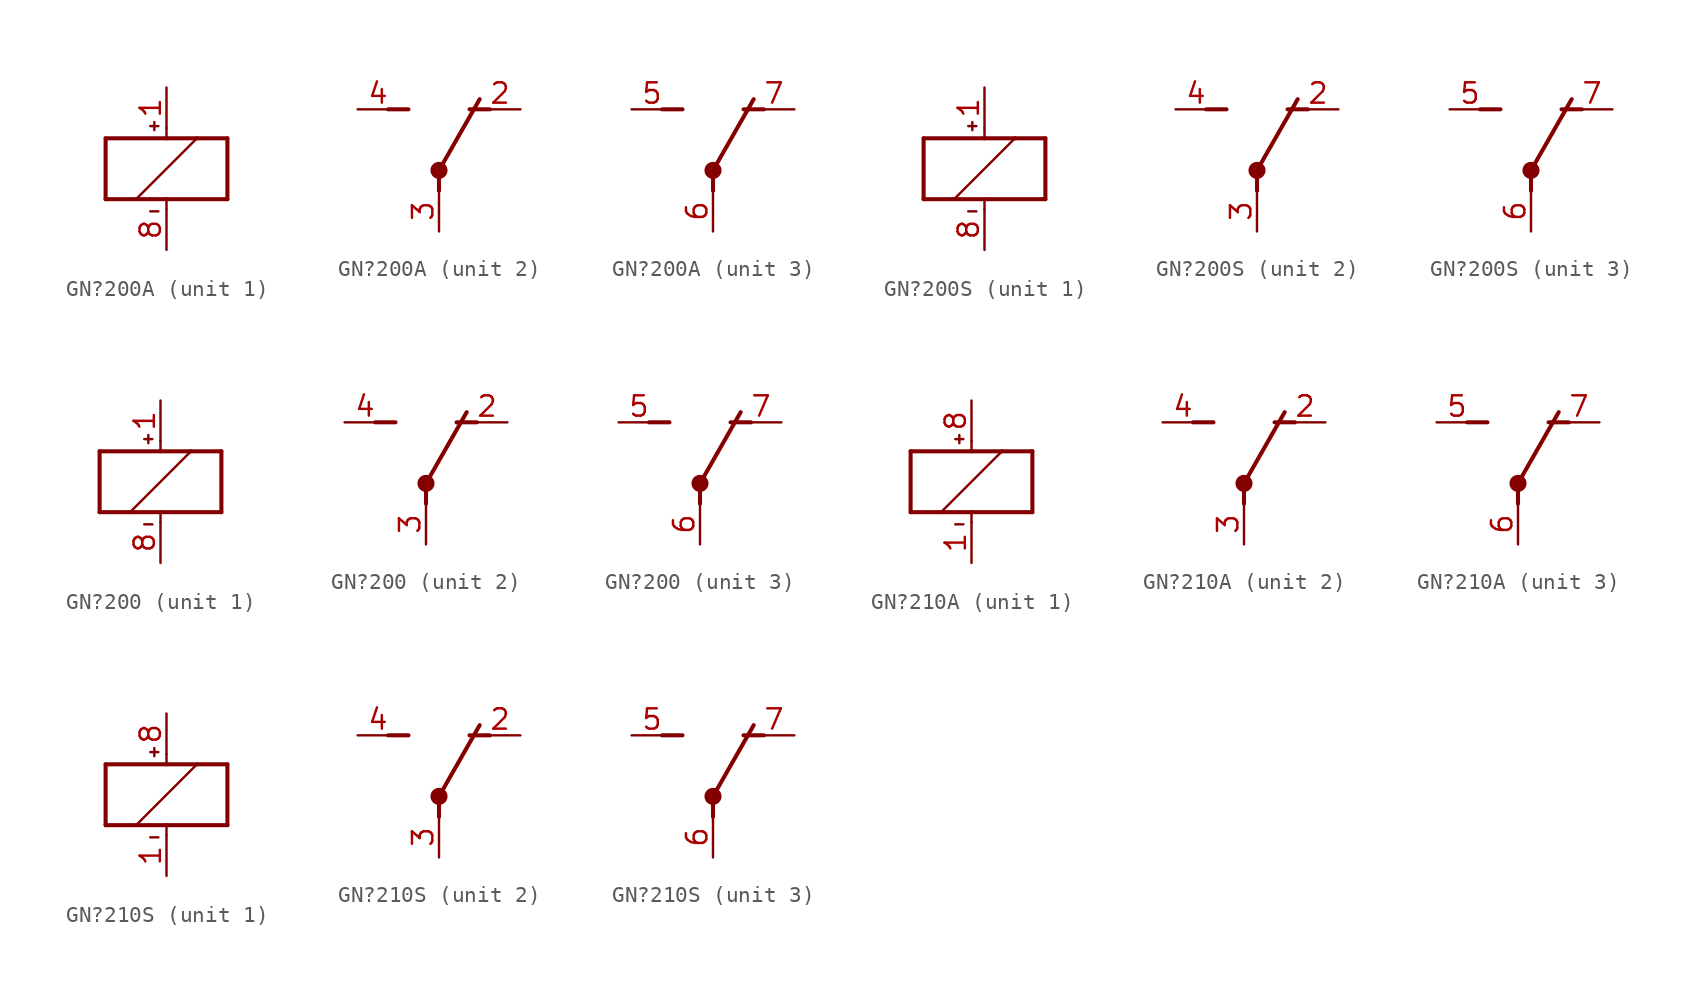
<source format=kicad_sym>
(kicad_symbol_lib
  (version 20231120)
  (generator "kicad_symbol_editor")
  (generator_version "8.0")
  (symbol "GN?200A"
    (property "Reference" "K"
      (at 2.54 0 0)
      (effects (font (size 1.778 1.511)) (justify left bottom) (hide yes)))
    (property "ki_locked" ""
      (at 0 0 0)
      (effects (font (size 1.27 1.27))))
    (symbol "GN?200A_1_0"
      (polyline (pts (xy -3.81 -1.905) (xy -1.905 -1.905)) (stroke (width 0.254) (type solid)) (fill (type none)))
      (polyline (pts (xy -3.81 1.905) (xy -3.81 -1.905)) (stroke (width 0.254) (type solid)) (fill (type none)))
      (polyline (pts (xy -1.905 -1.905) (xy 0 -1.905)) (stroke (width 0.254) (type solid)) (fill (type none)))
      (polyline (pts (xy -1.905 -1.905) (xy 1.905 1.905)) (stroke (width 0.152) (type solid)) (fill (type none)))
      (polyline (pts (xy -1.016 -2.667) (xy -0.508 -2.667)) (stroke (width 0.152) (type solid)) (fill (type none)))
      (polyline (pts (xy -1.016 2.667) (xy -0.508 2.667)) (stroke (width 0.152) (type solid)) (fill (type none)))
      (polyline (pts (xy -0.762 2.921) (xy -0.762 2.413)) (stroke (width 0.152) (type solid)) (fill (type none)))
      (polyline (pts (xy 0 -2.54) (xy 0 -1.905)) (stroke (width 0.152) (type solid)) (fill (type none)))
      (polyline (pts (xy 0 -1.905) (xy 3.81 -1.905)) (stroke (width 0.254) (type solid)) (fill (type none)))
      (polyline (pts (xy 0 1.905) (xy -3.81 1.905)) (stroke (width 0.254) (type solid)) (fill (type none)))
      (polyline (pts (xy 0 2.54) (xy 0 1.905)) (stroke (width 0.152) (type solid)) (fill (type none)))
      (polyline (pts (xy 1.905 1.905) (xy 0 1.905)) (stroke (width 0.254) (type solid)) (fill (type none)))
      (polyline (pts (xy 3.81 -1.905) (xy 3.81 1.905)) (stroke (width 0.254) (type solid)) (fill (type none)))
      (polyline (pts (xy 3.81 1.905) (xy 1.905 1.905)) (stroke (width 0.254) (type solid)) (fill (type none)))
      (pin passive line (at 0 5.08 270) (length 2.54) (name "+" (effects (font (size 0 0)))) (number "1" (effects (font (size 1.27 1.27)))))
      (pin passive line (at 0 -5.08 90) (length 2.54) (name "-" (effects (font (size 0 0)))) (number "8" (effects (font (size 1.27 1.27))))))
    (symbol "GN?200A_2_0"
      (polyline (pts (xy -3.175 5.08) (xy -1.905 5.08)) (stroke (width 0.254) (type solid)) (fill (type none)))
      (polyline (pts (xy 0 1.27) (xy 0 0)) (stroke (width 0.254) (type solid)) (fill (type none)))
      (polyline (pts (xy 0 1.27) (xy 2.54 5.715)) (stroke (width 0.254) (type solid)) (fill (type none)))
      (polyline (pts (xy 3.175 5.08) (xy 1.905 5.08)) (stroke (width 0.254) (type solid)) (fill (type none)))
      (circle (center 0 1.27) (radius 0.127) (stroke (width 0.406) (type solid)) (fill (type none)))
      (pin passive line (at 5.08 5.08 180) (length 2.54) (name "O" (effects (font (size 0 0)))) (number "2" (effects (font (size 1.27 1.27)))))
      (pin passive line (at 0 -2.54 90) (length 2.54) (name "P" (effects (font (size 0 0)))) (number "3" (effects (font (size 1.27 1.27)))))
      (pin passive line (at -5.08 5.08 0) (length 2.54) (name "S" (effects (font (size 0 0)))) (number "4" (effects (font (size 1.27 1.27))))))
    (symbol "GN?200A_3_0"
      (polyline (pts (xy -3.175 5.08) (xy -1.905 5.08)) (stroke (width 0.254) (type solid)) (fill (type none)))
      (polyline (pts (xy 0 1.27) (xy 0 0)) (stroke (width 0.254) (type solid)) (fill (type none)))
      (polyline (pts (xy 0 1.27) (xy 2.54 5.715)) (stroke (width 0.254) (type solid)) (fill (type none)))
      (polyline (pts (xy 3.175 5.08) (xy 1.905 5.08)) (stroke (width 0.254) (type solid)) (fill (type none)))
      (circle (center 0 1.27) (radius 0.127) (stroke (width 0.406) (type solid)) (fill (type none)))
      (pin passive line (at -5.08 5.08 0) (length 2.54) (name "S" (effects (font (size 0 0)))) (number "5" (effects (font (size 1.27 1.27)))))
      (pin passive line (at 0 -2.54 90) (length 2.54) (name "P" (effects (font (size 0 0)))) (number "6" (effects (font (size 1.27 1.27)))))
      (pin passive line (at 5.08 5.08 180) (length 2.54) (name "O" (effects (font (size 0 0)))) (number "7" (effects (font (size 1.27 1.27)))))))
  (symbol "GN?200S"
    (property "Reference" "K"
      (at 2.54 0 0)
      (effects (font (size 1.778 1.511)) (justify left bottom) (hide yes)))
    (property "ki_locked" ""
      (at 0 0 0)
      (effects (font (size 1.27 1.27))))
    (symbol "GN?200S_1_0"
      (polyline (pts (xy -3.81 -1.905) (xy -1.905 -1.905)) (stroke (width 0.254) (type solid)) (fill (type none)))
      (polyline (pts (xy -3.81 1.905) (xy -3.81 -1.905)) (stroke (width 0.254) (type solid)) (fill (type none)))
      (polyline (pts (xy -1.905 -1.905) (xy 0 -1.905)) (stroke (width 0.254) (type solid)) (fill (type none)))
      (polyline (pts (xy -1.905 -1.905) (xy 1.905 1.905)) (stroke (width 0.152) (type solid)) (fill (type none)))
      (polyline (pts (xy -1.016 -2.667) (xy -0.508 -2.667)) (stroke (width 0.152) (type solid)) (fill (type none)))
      (polyline (pts (xy -1.016 2.667) (xy -0.508 2.667)) (stroke (width 0.152) (type solid)) (fill (type none)))
      (polyline (pts (xy -0.762 2.921) (xy -0.762 2.413)) (stroke (width 0.152) (type solid)) (fill (type none)))
      (polyline (pts (xy 0 -2.54) (xy 0 -1.905)) (stroke (width 0.152) (type solid)) (fill (type none)))
      (polyline (pts (xy 0 -1.905) (xy 3.81 -1.905)) (stroke (width 0.254) (type solid)) (fill (type none)))
      (polyline (pts (xy 0 1.905) (xy -3.81 1.905)) (stroke (width 0.254) (type solid)) (fill (type none)))
      (polyline (pts (xy 0 2.54) (xy 0 1.905)) (stroke (width 0.152) (type solid)) (fill (type none)))
      (polyline (pts (xy 1.905 1.905) (xy 0 1.905)) (stroke (width 0.254) (type solid)) (fill (type none)))
      (polyline (pts (xy 3.81 -1.905) (xy 3.81 1.905)) (stroke (width 0.254) (type solid)) (fill (type none)))
      (polyline (pts (xy 3.81 1.905) (xy 1.905 1.905)) (stroke (width 0.254) (type solid)) (fill (type none)))
      (pin passive line (at 0 5.08 270) (length 2.54) (name "+" (effects (font (size 0 0)))) (number "1" (effects (font (size 1.27 1.27)))))
      (pin passive line (at 0 -5.08 90) (length 2.54) (name "-" (effects (font (size 0 0)))) (number "8" (effects (font (size 1.27 1.27))))))
    (symbol "GN?200S_2_0"
      (polyline (pts (xy -3.175 5.08) (xy -1.905 5.08)) (stroke (width 0.254) (type solid)) (fill (type none)))
      (polyline (pts (xy 0 1.27) (xy 0 0)) (stroke (width 0.254) (type solid)) (fill (type none)))
      (polyline (pts (xy 0 1.27) (xy 2.54 5.715)) (stroke (width 0.254) (type solid)) (fill (type none)))
      (polyline (pts (xy 3.175 5.08) (xy 1.905 5.08)) (stroke (width 0.254) (type solid)) (fill (type none)))
      (circle (center 0 1.27) (radius 0.127) (stroke (width 0.406) (type solid)) (fill (type none)))
      (pin passive line (at 5.08 5.08 180) (length 2.54) (name "O" (effects (font (size 0 0)))) (number "2" (effects (font (size 1.27 1.27)))))
      (pin passive line (at 0 -2.54 90) (length 2.54) (name "P" (effects (font (size 0 0)))) (number "3" (effects (font (size 1.27 1.27)))))
      (pin passive line (at -5.08 5.08 0) (length 2.54) (name "S" (effects (font (size 0 0)))) (number "4" (effects (font (size 1.27 1.27))))))
    (symbol "GN?200S_3_0"
      (polyline (pts (xy -3.175 5.08) (xy -1.905 5.08)) (stroke (width 0.254) (type solid)) (fill (type none)))
      (polyline (pts (xy 0 1.27) (xy 0 0)) (stroke (width 0.254) (type solid)) (fill (type none)))
      (polyline (pts (xy 0 1.27) (xy 2.54 5.715)) (stroke (width 0.254) (type solid)) (fill (type none)))
      (polyline (pts (xy 3.175 5.08) (xy 1.905 5.08)) (stroke (width 0.254) (type solid)) (fill (type none)))
      (circle (center 0 1.27) (radius 0.127) (stroke (width 0.406) (type solid)) (fill (type none)))
      (pin passive line (at -5.08 5.08 0) (length 2.54) (name "S" (effects (font (size 0 0)))) (number "5" (effects (font (size 1.27 1.27)))))
      (pin passive line (at 0 -2.54 90) (length 2.54) (name "P" (effects (font (size 0 0)))) (number "6" (effects (font (size 1.27 1.27)))))
      (pin passive line (at 5.08 5.08 180) (length 2.54) (name "O" (effects (font (size 0 0)))) (number "7" (effects (font (size 1.27 1.27)))))))
  (symbol "GN?200"
    (property "Reference" "K"
      (at 2.54 0 0)
      (effects (font (size 1.778 1.511)) (justify left bottom) (hide yes)))
    (property "ki_locked" ""
      (at 0 0 0)
      (effects (font (size 1.27 1.27))))
    (symbol "GN?200_1_0"
      (polyline (pts (xy -3.81 -1.905) (xy -1.905 -1.905)) (stroke (width 0.254) (type solid)) (fill (type none)))
      (polyline (pts (xy -3.81 1.905) (xy -3.81 -1.905)) (stroke (width 0.254) (type solid)) (fill (type none)))
      (polyline (pts (xy -1.905 -1.905) (xy 0 -1.905)) (stroke (width 0.254) (type solid)) (fill (type none)))
      (polyline (pts (xy -1.905 -1.905) (xy 1.905 1.905)) (stroke (width 0.152) (type solid)) (fill (type none)))
      (polyline (pts (xy -1.016 -2.667) (xy -0.508 -2.667)) (stroke (width 0.152) (type solid)) (fill (type none)))
      (polyline (pts (xy -1.016 2.667) (xy -0.508 2.667)) (stroke (width 0.152) (type solid)) (fill (type none)))
      (polyline (pts (xy -0.762 2.921) (xy -0.762 2.413)) (stroke (width 0.152) (type solid)) (fill (type none)))
      (polyline (pts (xy 0 -2.54) (xy 0 -1.905)) (stroke (width 0.152) (type solid)) (fill (type none)))
      (polyline (pts (xy 0 -1.905) (xy 3.81 -1.905)) (stroke (width 0.254) (type solid)) (fill (type none)))
      (polyline (pts (xy 0 1.905) (xy -3.81 1.905)) (stroke (width 0.254) (type solid)) (fill (type none)))
      (polyline (pts (xy 0 2.54) (xy 0 1.905)) (stroke (width 0.152) (type solid)) (fill (type none)))
      (polyline (pts (xy 1.905 1.905) (xy 0 1.905)) (stroke (width 0.254) (type solid)) (fill (type none)))
      (polyline (pts (xy 3.81 -1.905) (xy 3.81 1.905)) (stroke (width 0.254) (type solid)) (fill (type none)))
      (polyline (pts (xy 3.81 1.905) (xy 1.905 1.905)) (stroke (width 0.254) (type solid)) (fill (type none)))
      (pin passive line (at 0 5.08 270) (length 2.54) (name "+" (effects (font (size 0 0)))) (number "1" (effects (font (size 1.27 1.27)))))
      (pin passive line (at 0 -5.08 90) (length 2.54) (name "-" (effects (font (size 0 0)))) (number "8" (effects (font (size 1.27 1.27))))))
    (symbol "GN?200_2_0"
      (polyline (pts (xy -3.175 5.08) (xy -1.905 5.08)) (stroke (width 0.254) (type solid)) (fill (type none)))
      (polyline (pts (xy 0 1.27) (xy 0 0)) (stroke (width 0.254) (type solid)) (fill (type none)))
      (polyline (pts (xy 0 1.27) (xy 2.54 5.715)) (stroke (width 0.254) (type solid)) (fill (type none)))
      (polyline (pts (xy 3.175 5.08) (xy 1.905 5.08)) (stroke (width 0.254) (type solid)) (fill (type none)))
      (circle (center 0 1.27) (radius 0.127) (stroke (width 0.406) (type solid)) (fill (type none)))
      (pin passive line (at 5.08 5.08 180) (length 2.54) (name "O" (effects (font (size 0 0)))) (number "2" (effects (font (size 1.27 1.27)))))
      (pin passive line (at 0 -2.54 90) (length 2.54) (name "P" (effects (font (size 0 0)))) (number "3" (effects (font (size 1.27 1.27)))))
      (pin passive line (at -5.08 5.08 0) (length 2.54) (name "S" (effects (font (size 0 0)))) (number "4" (effects (font (size 1.27 1.27))))))
    (symbol "GN?200_3_0"
      (polyline (pts (xy -3.175 5.08) (xy -1.905 5.08)) (stroke (width 0.254) (type solid)) (fill (type none)))
      (polyline (pts (xy 0 1.27) (xy 0 0)) (stroke (width 0.254) (type solid)) (fill (type none)))
      (polyline (pts (xy 0 1.27) (xy 2.54 5.715)) (stroke (width 0.254) (type solid)) (fill (type none)))
      (polyline (pts (xy 3.175 5.08) (xy 1.905 5.08)) (stroke (width 0.254) (type solid)) (fill (type none)))
      (circle (center 0 1.27) (radius 0.127) (stroke (width 0.406) (type solid)) (fill (type none)))
      (pin passive line (at -5.08 5.08 0) (length 2.54) (name "S" (effects (font (size 0 0)))) (number "5" (effects (font (size 1.27 1.27)))))
      (pin passive line (at 0 -2.54 90) (length 2.54) (name "P" (effects (font (size 0 0)))) (number "6" (effects (font (size 1.27 1.27)))))
      (pin passive line (at 5.08 5.08 180) (length 2.54) (name "O" (effects (font (size 0 0)))) (number "7" (effects (font (size 1.27 1.27)))))))
  (symbol "GN?210A"
    (property "Reference" "K"
      (at 2.54 0 0)
      (effects (font (size 1.778 1.511)) (justify left bottom) (hide yes)))
    (property "ki_locked" ""
      (at 0 0 0)
      (effects (font (size 1.27 1.27))))
    (symbol "GN?210A_1_0"
      (polyline (pts (xy -3.81 -1.905) (xy -1.905 -1.905)) (stroke (width 0.254) (type solid)) (fill (type none)))
      (polyline (pts (xy -3.81 1.905) (xy -3.81 -1.905)) (stroke (width 0.254) (type solid)) (fill (type none)))
      (polyline (pts (xy -1.905 -1.905) (xy 0 -1.905)) (stroke (width 0.254) (type solid)) (fill (type none)))
      (polyline (pts (xy -1.905 -1.905) (xy 1.905 1.905)) (stroke (width 0.152) (type solid)) (fill (type none)))
      (polyline (pts (xy -1.016 -2.667) (xy -0.508 -2.667)) (stroke (width 0.152) (type solid)) (fill (type none)))
      (polyline (pts (xy -1.016 2.667) (xy -0.508 2.667)) (stroke (width 0.152) (type solid)) (fill (type none)))
      (polyline (pts (xy -0.762 2.921) (xy -0.762 2.413)) (stroke (width 0.152) (type solid)) (fill (type none)))
      (polyline (pts (xy 0 -2.54) (xy 0 -1.905)) (stroke (width 0.152) (type solid)) (fill (type none)))
      (polyline (pts (xy 0 -1.905) (xy 3.81 -1.905)) (stroke (width 0.254) (type solid)) (fill (type none)))
      (polyline (pts (xy 0 1.905) (xy -3.81 1.905)) (stroke (width 0.254) (type solid)) (fill (type none)))
      (polyline (pts (xy 0 2.54) (xy 0 1.905)) (stroke (width 0.152) (type solid)) (fill (type none)))
      (polyline (pts (xy 1.905 1.905) (xy 0 1.905)) (stroke (width 0.254) (type solid)) (fill (type none)))
      (polyline (pts (xy 3.81 -1.905) (xy 3.81 1.905)) (stroke (width 0.254) (type solid)) (fill (type none)))
      (polyline (pts (xy 3.81 1.905) (xy 1.905 1.905)) (stroke (width 0.254) (type solid)) (fill (type none)))
      (pin passive line (at 0 -5.08 90) (length 2.54) (name "-" (effects (font (size 0 0)))) (number "1" (effects (font (size 1.27 1.27)))))
      (pin passive line (at 0 5.08 270) (length 2.54) (name "+" (effects (font (size 0 0)))) (number "8" (effects (font (size 1.27 1.27))))))
    (symbol "GN?210A_2_0"
      (polyline (pts (xy -3.175 5.08) (xy -1.905 5.08)) (stroke (width 0.254) (type solid)) (fill (type none)))
      (polyline (pts (xy 0 1.27) (xy 0 0)) (stroke (width 0.254) (type solid)) (fill (type none)))
      (polyline (pts (xy 0 1.27) (xy 2.54 5.715)) (stroke (width 0.254) (type solid)) (fill (type none)))
      (polyline (pts (xy 3.175 5.08) (xy 1.905 5.08)) (stroke (width 0.254) (type solid)) (fill (type none)))
      (circle (center 0 1.27) (radius 0.127) (stroke (width 0.406) (type solid)) (fill (type none)))
      (pin passive line (at 5.08 5.08 180) (length 2.54) (name "O" (effects (font (size 0 0)))) (number "2" (effects (font (size 1.27 1.27)))))
      (pin passive line (at 0 -2.54 90) (length 2.54) (name "P" (effects (font (size 0 0)))) (number "3" (effects (font (size 1.27 1.27)))))
      (pin passive line (at -5.08 5.08 0) (length 2.54) (name "S" (effects (font (size 0 0)))) (number "4" (effects (font (size 1.27 1.27))))))
    (symbol "GN?210A_3_0"
      (polyline (pts (xy -3.175 5.08) (xy -1.905 5.08)) (stroke (width 0.254) (type solid)) (fill (type none)))
      (polyline (pts (xy 0 1.27) (xy 0 0)) (stroke (width 0.254) (type solid)) (fill (type none)))
      (polyline (pts (xy 0 1.27) (xy 2.54 5.715)) (stroke (width 0.254) (type solid)) (fill (type none)))
      (polyline (pts (xy 3.175 5.08) (xy 1.905 5.08)) (stroke (width 0.254) (type solid)) (fill (type none)))
      (circle (center 0 1.27) (radius 0.127) (stroke (width 0.406) (type solid)) (fill (type none)))
      (pin passive line (at -5.08 5.08 0) (length 2.54) (name "S" (effects (font (size 0 0)))) (number "5" (effects (font (size 1.27 1.27)))))
      (pin passive line (at 0 -2.54 90) (length 2.54) (name "P" (effects (font (size 0 0)))) (number "6" (effects (font (size 1.27 1.27)))))
      (pin passive line (at 5.08 5.08 180) (length 2.54) (name "O" (effects (font (size 0 0)))) (number "7" (effects (font (size 1.27 1.27)))))))
  (symbol "GN?210S"
    (property "Reference" "K"
      (at 2.54 0 0)
      (effects (font (size 1.778 1.511)) (justify left bottom) (hide yes)))
    (property "ki_locked" ""
      (at 0 0 0)
      (effects (font (size 1.27 1.27))))
    (symbol "GN?210S_1_0"
      (polyline (pts (xy -3.81 -1.905) (xy -1.905 -1.905)) (stroke (width 0.254) (type solid)) (fill (type none)))
      (polyline (pts (xy -3.81 1.905) (xy -3.81 -1.905)) (stroke (width 0.254) (type solid)) (fill (type none)))
      (polyline (pts (xy -1.905 -1.905) (xy 0 -1.905)) (stroke (width 0.254) (type solid)) (fill (type none)))
      (polyline (pts (xy -1.905 -1.905) (xy 1.905 1.905)) (stroke (width 0.152) (type solid)) (fill (type none)))
      (polyline (pts (xy -1.016 -2.667) (xy -0.508 -2.667)) (stroke (width 0.152) (type solid)) (fill (type none)))
      (polyline (pts (xy -1.016 2.667) (xy -0.508 2.667)) (stroke (width 0.152) (type solid)) (fill (type none)))
      (polyline (pts (xy -0.762 2.921) (xy -0.762 2.413)) (stroke (width 0.152) (type solid)) (fill (type none)))
      (polyline (pts (xy 0 -2.54) (xy 0 -1.905)) (stroke (width 0.152) (type solid)) (fill (type none)))
      (polyline (pts (xy 0 -1.905) (xy 3.81 -1.905)) (stroke (width 0.254) (type solid)) (fill (type none)))
      (polyline (pts (xy 0 1.905) (xy -3.81 1.905)) (stroke (width 0.254) (type solid)) (fill (type none)))
      (polyline (pts (xy 0 2.54) (xy 0 1.905)) (stroke (width 0.152) (type solid)) (fill (type none)))
      (polyline (pts (xy 1.905 1.905) (xy 0 1.905)) (stroke (width 0.254) (type solid)) (fill (type none)))
      (polyline (pts (xy 3.81 -1.905) (xy 3.81 1.905)) (stroke (width 0.254) (type solid)) (fill (type none)))
      (polyline (pts (xy 3.81 1.905) (xy 1.905 1.905)) (stroke (width 0.254) (type solid)) (fill (type none)))
      (pin passive line (at 0 -5.08 90) (length 2.54) (name "-" (effects (font (size 0 0)))) (number "1" (effects (font (size 1.27 1.27)))))
      (pin passive line (at 0 5.08 270) (length 2.54) (name "+" (effects (font (size 0 0)))) (number "8" (effects (font (size 1.27 1.27))))))
    (symbol "GN?210S_2_0"
      (polyline (pts (xy -3.175 5.08) (xy -1.905 5.08)) (stroke (width 0.254) (type solid)) (fill (type none)))
      (polyline (pts (xy 0 1.27) (xy 0 0)) (stroke (width 0.254) (type solid)) (fill (type none)))
      (polyline (pts (xy 0 1.27) (xy 2.54 5.715)) (stroke (width 0.254) (type solid)) (fill (type none)))
      (polyline (pts (xy 3.175 5.08) (xy 1.905 5.08)) (stroke (width 0.254) (type solid)) (fill (type none)))
      (circle (center 0 1.27) (radius 0.127) (stroke (width 0.406) (type solid)) (fill (type none)))
      (pin passive line (at 5.08 5.08 180) (length 2.54) (name "O" (effects (font (size 0 0)))) (number "2" (effects (font (size 1.27 1.27)))))
      (pin passive line (at 0 -2.54 90) (length 2.54) (name "P" (effects (font (size 0 0)))) (number "3" (effects (font (size 1.27 1.27)))))
      (pin passive line (at -5.08 5.08 0) (length 2.54) (name "S" (effects (font (size 0 0)))) (number "4" (effects (font (size 1.27 1.27))))))
    (symbol "GN?210S_3_0"
      (polyline (pts (xy -3.175 5.08) (xy -1.905 5.08)) (stroke (width 0.254) (type solid)) (fill (type none)))
      (polyline (pts (xy 0 1.27) (xy 0 0)) (stroke (width 0.254) (type solid)) (fill (type none)))
      (polyline (pts (xy 0 1.27) (xy 2.54 5.715)) (stroke (width 0.254) (type solid)) (fill (type none)))
      (polyline (pts (xy 3.175 5.08) (xy 1.905 5.08)) (stroke (width 0.254) (type solid)) (fill (type none)))
      (circle (center 0 1.27) (radius 0.127) (stroke (width 0.406) (type solid)) (fill (type none)))
      (pin passive line (at -5.08 5.08 0) (length 2.54) (name "S" (effects (font (size 0 0)))) (number "5" (effects (font (size 1.27 1.27)))))
      (pin passive line (at 0 -2.54 90) (length 2.54) (name "P" (effects (font (size 0 0)))) (number "6" (effects (font (size 1.27 1.27)))))
      (pin passive line (at 5.08 5.08 180) (length 2.54) (name "O" (effects (font (size 0 0)))) (number "7" (effects (font (size 1.27 1.27))))))))
</source>
